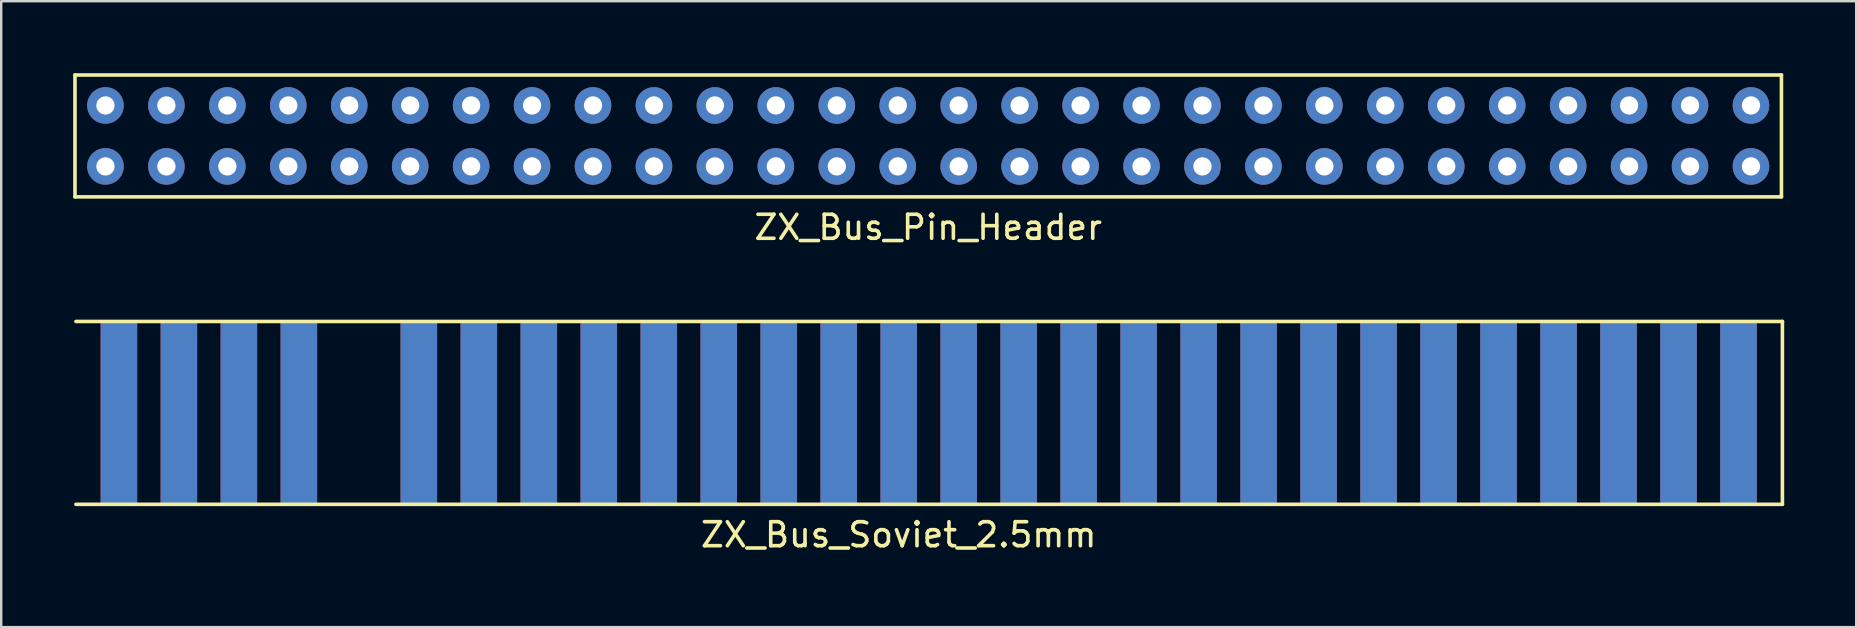
<source format=kicad_pcb>
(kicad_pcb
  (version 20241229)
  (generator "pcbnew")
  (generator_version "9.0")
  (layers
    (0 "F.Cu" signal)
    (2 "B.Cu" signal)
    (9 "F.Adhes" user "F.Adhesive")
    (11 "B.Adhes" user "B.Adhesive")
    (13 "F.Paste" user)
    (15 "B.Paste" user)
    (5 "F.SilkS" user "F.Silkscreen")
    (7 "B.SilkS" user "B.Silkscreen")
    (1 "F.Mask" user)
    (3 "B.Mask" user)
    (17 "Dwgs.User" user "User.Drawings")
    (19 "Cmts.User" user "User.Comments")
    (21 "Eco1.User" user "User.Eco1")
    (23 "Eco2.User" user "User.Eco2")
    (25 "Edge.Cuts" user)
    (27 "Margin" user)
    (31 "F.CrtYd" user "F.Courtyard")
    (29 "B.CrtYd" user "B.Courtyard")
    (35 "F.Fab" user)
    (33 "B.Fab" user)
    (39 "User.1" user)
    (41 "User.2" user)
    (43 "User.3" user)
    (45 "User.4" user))
  (footprint "ZX_Bus_Soviet_2.5mm"
    (layer "F.Cu")
    (at 34.405 14.158)
    (property "Reference" "ZX_Bus_Soviet_2.5mm" (at 0 5.08 0) (layer "F.SilkS") (effects (font (size 1 1) (thickness 0.15))))
    (attr through_hole)
    (fp_line (start -34.29 -3.81) (end 36.83 -3.81) (stroke (width 0.15) (type solid)) (layer "F.SilkS"))
    (fp_line (start 36.83 -3.81) (end 36.83 3.81) (stroke (width 0.15) (type solid)) (layer "F.SilkS"))
    (fp_line (start 36.83 3.81) (end -34.29 3.81) (stroke (width 0.15) (type solid)) (layer "F.SilkS"))
    (fp_line (start -34.33 3.81) (end -34.33 -3.81) (stroke (width 0.15) (type solid)) (layer "B.Paste"))
    (fp_line (start -34.33 3.81) (end -34.33 -3.81) (stroke (width 0.15) (type solid)) (layer "B.Paste"))
    (fp_line (start 36.83 -3.81) (end 36.83 3.81) (stroke (width 0.15) (type solid)) (layer "B.Paste"))
    (fp_line (start 36.83 -3.81) (end 36.83 3.81) (stroke (width 0.15) (type solid)) (layer "B.Paste"))
    (pad "28" smd rect (at 35 0) (size 1.524 7.62) (layers "F.Mask" "B.Cu" "F.Paste"))
    (pad "A1" smd rect (at -32.5 0) (size 1.524 7.62) (layers "F.Cu" "F.Mask" "F.Paste"))
    (pad "A2" smd rect (at -30 0) (size 1.524 7.62) (layers "F.Cu" "F.Mask" "F.Paste"))
    (pad "A3" smd rect (at -27.5 0) (size 1.524 7.62) (layers "F.Cu" "F.Mask" "F.Paste"))
    (pad "A4" smd rect (at -25 0) (size 1.524 7.62) (layers "F.Cu" "F.Mask" "F.Paste"))
    (pad "A6" smd rect (at -20 0) (size 1.524 7.62) (layers "F.Cu" "F.Mask" "F.Paste"))
    (pad "A7" smd rect (at -17.5 0) (size 1.524 7.62) (layers "F.Cu" "F.Mask" "F.Paste"))
    (pad "A8" smd rect (at -15 0) (size 1.524 7.62) (layers "F.Cu" "F.Mask" "F.Paste"))
    (pad "A9" smd rect (at -12.5 0) (size 1.524 7.62) (layers "F.Cu" "F.Mask" "F.Paste"))
    (pad "A10" smd rect (at -10 0) (size 1.524 7.62) (layers "F.Cu" "F.Mask" "F.Paste"))
    (pad "A11" smd rect (at -7.5 0) (size 1.524 7.62) (layers "F.Cu" "F.Mask" "F.Paste"))
    (pad "A12" smd rect (at -5 0) (size 1.524 7.62) (layers "F.Cu" "F.Mask" "F.Paste"))
    (pad "A13" smd rect (at -2.5 0) (size 1.524 7.62) (layers "F.Cu" "F.Mask" "F.Paste"))
    (pad "A14" smd rect (at 0 0) (size 1.524 7.62) (layers "F.Cu" "F.Mask" "F.Paste"))
    (pad "A15" smd rect (at 2.5 0) (size 1.524 7.62) (layers "F.Cu" "F.Mask" "F.Paste"))
    (pad "A16" smd rect (at 5 0) (size 1.524 7.62) (layers "F.Cu" "F.Mask" "F.Paste"))
    (pad "A17" smd rect (at 7.5 0) (size 1.524 7.62) (layers "F.Cu" "F.Mask" "F.Paste"))
    (pad "A18" smd rect (at 10 0) (size 1.524 7.62) (layers "F.Cu" "F.Mask" "F.Paste"))
    (pad "A19" smd rect (at 12.5 0) (size 1.524 7.62) (layers "F.Cu" "F.Mask" "F.Paste"))
    (pad "A20" smd rect (at 15 0) (size 1.524 7.62) (layers "F.Cu" "F.Mask" "F.Paste"))
    (pad "A21" smd rect (at 17.5 0) (size 1.524 7.62) (layers "F.Cu" "F.Mask" "F.Paste"))
    (pad "A22" smd rect (at 20 0) (size 1.524 7.62) (layers "F.Cu" "F.Mask" "F.Paste"))
    (pad "A23" smd rect (at 22.5 0) (size 1.524 7.62) (layers "F.Cu" "F.Mask" "F.Paste"))
    (pad "A24" smd rect (at 25 0) (size 1.524 7.62) (layers "F.Cu" "F.Mask" "F.Paste"))
    (pad "A25" smd rect (at 27.5 0) (size 1.524 7.62) (layers "F.Cu" "F.Mask" "F.Paste"))
    (pad "A26" smd rect (at 30 0) (size 1.524 7.62) (layers "F.Cu" "F.Mask" "F.Paste"))
    (pad "A27" smd rect (at 32.5 0) (size 1.524 7.62) (layers "F.Cu" "F.Mask" "F.Paste"))
    (pad "A28" smd rect (at 35 0) (size 1.524 7.62) (layers "F.Cu" "F.Mask" "F.Paste"))
    (pad "B1" smd rect (at -32.5 0) (size 1.524 7.62) (layers "F.Mask" "B.Cu" "F.Paste"))
    (pad "B2" smd rect (at -30 0) (size 1.524 7.62) (layers "F.Mask" "B.Cu" "F.Paste"))
    (pad "B3" smd rect (at -27.5 0) (size 1.524 7.62) (layers "F.Mask" "B.Cu" "F.Paste"))
    (pad "B4" smd rect (at -25 0) (size 1.524 7.62) (layers "F.Mask" "B.Cu" "F.Paste"))
    (pad "B6" smd rect (at -20 0) (size 1.524 7.62) (layers "F.Mask" "B.Cu" "F.Paste"))
    (pad "B7" smd rect (at -17.5 0) (size 1.524 7.62) (layers "F.Mask" "B.Cu" "F.Paste"))
    (pad "B8" smd rect (at -15 0) (size 1.524 7.62) (layers "F.Mask" "B.Cu" "F.Paste"))
    (pad "B9" smd rect (at -12.5 0) (size 1.524 7.62) (layers "F.Mask" "B.Cu" "F.Paste"))
    (pad "B10" smd rect (at -10 0) (size 1.524 7.62) (layers "F.Mask" "B.Cu" "F.Paste"))
    (pad "B11" smd rect (at -7.5 0) (size 1.524 7.62) (layers "F.Mask" "B.Cu" "F.Paste"))
    (pad "B12" smd rect (at -5 0) (size 1.524 7.62) (layers "F.Mask" "B.Cu" "F.Paste"))
    (pad "B13" smd rect (at -2.5 0) (size 1.524 7.62) (layers "F.Mask" "B.Cu" "F.Paste"))
    (pad "B14" smd rect (at 0 0) (size 1.524 7.62) (layers "F.Mask" "B.Cu" "F.Paste"))
    (pad "B15" smd rect (at 2.5 0) (size 1.524 7.62) (layers "F.Mask" "B.Cu" "F.Paste"))
    (pad "B16" smd rect (at 5 0) (size 1.524 7.62) (layers "F.Mask" "B.Cu" "F.Paste"))
    (pad "B17" smd rect (at 7.5 0) (size 1.524 7.62) (layers "F.Mask" "B.Cu" "F.Paste"))
    (pad "B18" smd rect (at 10 0) (size 1.524 7.62) (layers "F.Mask" "B.Cu" "F.Paste"))
    (pad "B19" smd rect (at 12.5 0) (size 1.524 7.62) (layers "F.Mask" "B.Cu" "F.Paste"))
    (pad "B20" smd rect (at 15 0) (size 1.524 7.62) (layers "F.Mask" "B.Cu" "F.Paste"))
    (pad "B21" smd rect (at 17.5 0) (size 1.524 7.62) (layers "F.Mask" "B.Cu" "F.Paste"))
    (pad "B22" smd rect (at 20 0) (size 1.524 7.62) (layers "F.Mask" "B.Cu" "F.Paste"))
    (pad "B23" smd rect (at 22.5 0) (size 1.524 7.62) (layers "F.Mask" "B.Cu" "F.Paste"))
    (pad "B24" smd rect (at 25 0) (size 1.524 7.62) (layers "F.Mask" "B.Cu" "F.Paste"))
    (pad "B25" smd rect (at 27.5 0) (size 1.524 7.62) (layers "F.Mask" "B.Cu" "F.Paste"))
    (pad "B26" smd rect (at 30 0) (size 1.524 7.62) (layers "F.Mask" "B.Cu" "F.Paste"))
    (pad "B27" smd rect (at 32.5 0) (size 1.524 7.62) (layers "F.Mask" "B.Cu" "F.Paste")))
  (footprint "ZX_Bus_Pin_Header"
    (layer "F.Cu")
    (at 35.635 2.615)
    (property "Reference" "ZX_Bus_Pin_Header" (at 0 3.81 0) (layer "F.SilkS") (effects (font (size 1 1) (thickness 0.15))))
    (attr through_hole)
    (fp_line (start -35.56 -2.54) (end -35.56 2.54) (stroke (width 0.15) (type solid)) (layer "F.SilkS"))
    (fp_line (start -35.56 2.54) (end 35.56 2.54) (stroke (width 0.15) (type solid)) (layer "F.SilkS"))
    (fp_line (start 35.56 -2.54) (end -35.56 -2.54) (stroke (width 0.15) (type solid)) (layer "F.SilkS"))
    (fp_line (start 35.56 2.54) (end 35.56 -2.54) (stroke (width 0.15) (type solid)) (layer "F.SilkS"))
    (pad "" thru_hole circle (at -24.13 -1.27) (size 1.524 1.524) (drill 0.762) (layers "*.Cu" "*.Mask"))
    (pad "" thru_hole circle (at -24.13 1.27) (size 1.524 1.524) (drill 0.762) (layers "*.Cu" "*.Mask"))
    (pad "A1" thru_hole circle (at -34.29 -1.27) (size 1.524 1.524) (drill 0.762) (layers "*.Cu" "*.Mask"))
    (pad "A2" thru_hole circle (at -31.75 -1.27) (size 1.524 1.524) (drill 0.762) (layers "*.Cu" "*.Mask"))
    (pad "A3" thru_hole circle (at -29.21 -1.27) (size 1.524 1.524) (drill 0.762) (layers "*.Cu" "*.Mask"))
    (pad "A4" thru_hole circle (at -26.67 -1.27) (size 1.524 1.524) (drill 0.762) (layers "*.Cu" "*.Mask"))
    (pad "A6" thru_hole circle (at -21.59 -1.27) (size 1.524 1.524) (drill 0.762) (layers "*.Cu" "*.Mask"))
    (pad "A7" thru_hole circle (at -19.05 -1.27) (size 1.524 1.524) (drill 0.762) (layers "*.Cu" "*.Mask"))
    (pad "A8" thru_hole circle (at -16.51 -1.27) (size 1.524 1.524) (drill 0.762) (layers "*.Cu" "*.Mask"))
    (pad "A9" thru_hole circle (at -13.97 -1.27) (size 1.524 1.524) (drill 0.762) (layers "*.Cu" "*.Mask"))
    (pad "A10" thru_hole circle (at -11.43 -1.27) (size 1.524 1.524) (drill 0.762) (layers "*.Cu" "*.Mask"))
    (pad "A11" thru_hole circle (at -8.89 -1.27) (size 1.524 1.524) (drill 0.762) (layers "*.Cu" "*.Mask"))
    (pad "A12" thru_hole circle (at -6.35 -1.27) (size 1.524 1.524) (drill 0.762) (layers "*.Cu" "*.Mask"))
    (pad "A13" thru_hole circle (at -3.81 -1.27) (size 1.524 1.524) (drill 0.762) (layers "*.Cu" "*.Mask"))
    (pad "A14" thru_hole circle (at -1.27 -1.27) (size 1.524 1.524) (drill 0.762) (layers "*.Cu" "*.Mask"))
    (pad "A15" thru_hole circle (at 1.27 -1.27) (size 1.524 1.524) (drill 0.762) (layers "*.Cu" "*.Mask"))
    (pad "A16" thru_hole circle (at 3.81 -1.27) (size 1.524 1.524) (drill 0.762) (layers "*.Cu" "*.Mask"))
    (pad "A17" thru_hole circle (at 6.35 -1.27) (size 1.524 1.524) (drill 0.762) (layers "*.Cu" "*.Mask"))
    (pad "A18" thru_hole circle (at 8.89 -1.27) (size 1.524 1.524) (drill 0.762) (layers "*.Cu" "*.Mask"))
    (pad "A19" thru_hole circle (at 11.43 -1.27) (size 1.524 1.524) (drill 0.762) (layers "*.Cu" "*.Mask"))
    (pad "A20" thru_hole circle (at 13.97 -1.27) (size 1.524 1.524) (drill 0.762) (layers "*.Cu" "*.Mask"))
    (pad "A21" thru_hole circle (at 16.51 -1.27) (size 1.524 1.524) (drill 0.762) (layers "*.Cu" "*.Mask"))
    (pad "A22" thru_hole circle (at 19.05 -1.27) (size 1.524 1.524) (drill 0.762) (layers "*.Cu" "*.Mask"))
    (pad "A23" thru_hole circle (at 21.59 -1.27) (size 1.524 1.524) (drill 0.762) (layers "*.Cu" "*.Mask"))
    (pad "A24" thru_hole circle (at 24.13 -1.27) (size 1.524 1.524) (drill 0.762) (layers "*.Cu" "*.Mask"))
    (pad "A25" thru_hole circle (at 26.67 -1.27) (size 1.524 1.524) (drill 0.762) (layers "*.Cu" "*.Mask"))
    (pad "A26" thru_hole circle (at 29.21 -1.27) (size 1.524 1.524) (drill 0.762) (layers "*.Cu" "*.Mask"))
    (pad "A27" thru_hole circle (at 31.75 -1.27) (size 1.524 1.524) (drill 0.762) (layers "*.Cu" "*.Mask"))
    (pad "A28" thru_hole circle (at 34.29 -1.27) (size 1.524 1.524) (drill 0.762) (layers "*.Cu" "*.Mask"))
    (pad "B1" thru_hole circle (at -34.29 1.27) (size 1.524 1.524) (drill 0.762) (layers "*.Cu" "*.Mask"))
    (pad "B2" thru_hole circle (at -31.75 1.27) (size 1.524 1.524) (drill 0.762) (layers "*.Cu" "*.Mask"))
    (pad "B3" thru_hole circle (at -29.21 1.27) (size 1.524 1.524) (drill 0.762) (layers "*.Cu" "*.Mask"))
    (pad "B4" thru_hole circle (at -26.67 1.27) (size 1.524 1.524) (drill 0.762) (layers "*.Cu" "*.Mask"))
    (pad "B6" thru_hole circle (at -21.59 1.27) (size 1.524 1.524) (drill 0.762) (layers "*.Cu" "*.Mask"))
    (pad "B7" thru_hole circle (at -19.05 1.27) (size 1.524 1.524) (drill 0.762) (layers "*.Cu" "*.Mask"))
    (pad "B8" thru_hole circle (at -16.51 1.27) (size 1.524 1.524) (drill 0.762) (layers "*.Cu" "*.Mask"))
    (pad "B9" thru_hole circle (at -13.97 1.27) (size 1.524 1.524) (drill 0.762) (layers "*.Cu" "*.Mask"))
    (pad "B10" thru_hole circle (at -11.43 1.27) (size 1.524 1.524) (drill 0.762) (layers "*.Cu" "*.Mask"))
    (pad "B11" thru_hole circle (at -8.89 1.27) (size 1.524 1.524) (drill 0.762) (layers "*.Cu" "*.Mask"))
    (pad "B12" thru_hole circle (at -6.35 1.27) (size 1.524 1.524) (drill 0.762) (layers "*.Cu" "*.Mask"))
    (pad "B13" thru_hole circle (at -3.81 1.27) (size 1.524 1.524) (drill 0.762) (layers "*.Cu" "*.Mask"))
    (pad "B14" thru_hole circle (at -1.27 1.27) (size 1.524 1.524) (drill 0.762) (layers "*.Cu" "*.Mask"))
    (pad "B15" thru_hole circle (at 1.27 1.27) (size 1.524 1.524) (drill 0.762) (layers "*.Cu" "*.Mask"))
    (pad "B16" thru_hole circle (at 3.81 1.27) (size 1.524 1.524) (drill 0.762) (layers "*.Cu" "*.Mask"))
    (pad "B17" thru_hole circle (at 6.35 1.27) (size 1.524 1.524) (drill 0.762) (layers "*.Cu" "*.Mask"))
    (pad "B18" thru_hole circle (at 8.89 1.27) (size 1.524 1.524) (drill 0.762) (layers "*.Cu" "*.Mask"))
    (pad "B19" thru_hole circle (at 11.43 1.27) (size 1.524 1.524) (drill 0.762) (layers "*.Cu" "*.Mask"))
    (pad "B20" thru_hole circle (at 13.97 1.27) (size 1.524 1.524) (drill 0.762) (layers "*.Cu" "*.Mask"))
    (pad "B21" thru_hole circle (at 16.51 1.27) (size 1.524 1.524) (drill 0.762) (layers "*.Cu" "*.Mask"))
    (pad "B22" thru_hole circle (at 19.05 1.27) (size 1.524 1.524) (drill 0.762) (layers "*.Cu" "*.Mask"))
    (pad "B23" thru_hole circle (at 21.59 1.27) (size 1.524 1.524) (drill 0.762) (layers "*.Cu" "*.Mask"))
    (pad "B24" thru_hole circle (at 24.13 1.27) (size 1.524 1.524) (drill 0.762) (layers "*.Cu" "*.Mask"))
    (pad "B25" thru_hole circle (at 26.67 1.27) (size 1.524 1.524) (drill 0.762) (layers "*.Cu" "*.Mask"))
    (pad "B26" thru_hole circle (at 29.21 1.27) (size 1.524 1.524) (drill 0.762) (layers "*.Cu" "*.Mask"))
    (pad "B27" thru_hole circle (at 31.75 1.27) (size 1.524 1.524) (drill 0.762) (layers "*.Cu" "*.Mask"))
    (pad "B28" thru_hole circle (at 34.29 1.27) (size 1.524 1.524) (drill 0.762) (layers "*.Cu" "*.Mask")))
  (gr_rect
    (start -3 -3)
    (end 74.31 23.087)
    (stroke (width 0.1) (type default))
    (fill no)
    (layer "Edge.Cuts")))
</source>
